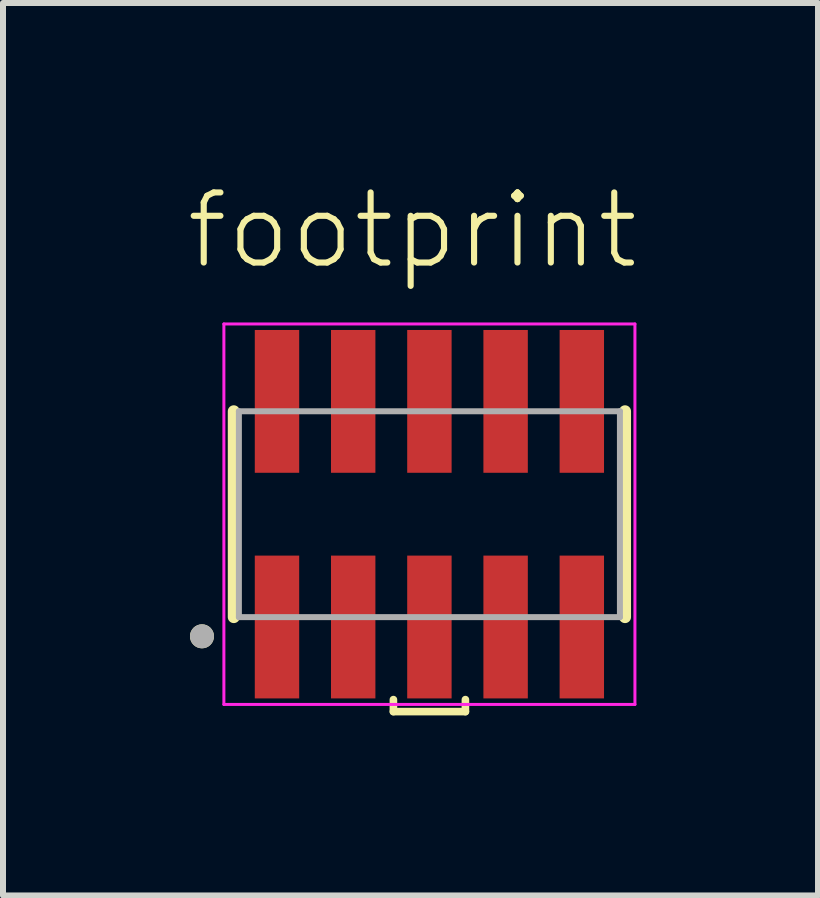
<source format=kicad_pcb>
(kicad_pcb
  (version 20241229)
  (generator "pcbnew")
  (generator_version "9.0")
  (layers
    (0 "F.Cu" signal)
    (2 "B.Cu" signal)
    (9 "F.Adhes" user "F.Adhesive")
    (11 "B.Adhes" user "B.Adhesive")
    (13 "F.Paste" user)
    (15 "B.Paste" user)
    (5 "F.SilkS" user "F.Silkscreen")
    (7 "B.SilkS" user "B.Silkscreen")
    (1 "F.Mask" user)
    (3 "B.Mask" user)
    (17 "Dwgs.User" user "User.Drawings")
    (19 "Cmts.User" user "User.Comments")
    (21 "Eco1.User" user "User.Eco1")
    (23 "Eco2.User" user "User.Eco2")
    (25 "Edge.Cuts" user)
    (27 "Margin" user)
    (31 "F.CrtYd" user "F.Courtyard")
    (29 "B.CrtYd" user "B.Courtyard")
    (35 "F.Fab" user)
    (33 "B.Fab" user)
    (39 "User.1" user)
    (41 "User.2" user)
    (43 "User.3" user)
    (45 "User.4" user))
  (footprint "footprint"
    (layer "F.Cu")
    (at 4.106 5.519)
    (property "Reference" "footprint" (at -4.106 -4.046 0) (layer "F.SilkS") (effects (font (size 1.168 1.168) (thickness 0.102)) (justify left bottom)))
    (fp_line (start -3.26 -1.715) (end -3.26 1.715) (stroke (width 0.2) (type solid)) (layer "F.SilkS"))
    (fp_line (start -0.6 3.09) (end -0.6 3.29) (stroke (width 0.127) (type solid)) (layer "F.SilkS"))
    (fp_line (start -0.6 3.29) (end 0.6 3.29) (stroke (width 0.127) (type solid)) (layer "F.SilkS"))
    (fp_line (start 0.6 3.29) (end 0.6 3.09) (stroke (width 0.127) (type solid)) (layer "F.SilkS"))
    (fp_line (start 3.26 1.715) (end 3.26 -1.715) (stroke (width 0.2) (type solid)) (layer "F.SilkS"))
    (fp_circle (center -3.79 2.035) (end -3.69 2.035) (stroke (width 0.2) (type solid)) (fill no) (layer "F.SilkS"))
    (fp_line (start -3.425 -3.17) (end 3.425 -3.17) (stroke (width 0.05) (type solid)) (layer "F.CrtYd"))
    (fp_line (start -3.425 3.17) (end -3.425 -3.17) (stroke (width 0.05) (type solid)) (layer "F.CrtYd"))
    (fp_line (start 3.425 -3.17) (end 3.425 3.17) (stroke (width 0.05) (type solid)) (layer "F.CrtYd"))
    (fp_line (start 3.425 3.17) (end -3.425 3.17) (stroke (width 0.05) (type solid)) (layer "F.CrtYd"))
    (fp_line (start -3.175 1.715) (end -3.175 -1.715) (stroke (width 0.1) (type solid)) (layer "F.Fab"))
    (fp_line (start -3.175 1.715) (end 3.175 1.715) (stroke (width 0.1) (type solid)) (layer "F.Fab"))
    (fp_line (start 3.175 -1.715) (end -3.175 -1.715) (stroke (width 0.1) (type solid)) (layer "F.Fab"))
    (fp_line (start 3.175 1.715) (end 3.175 -1.715) (stroke (width 0.1) (type solid)) (layer "F.Fab"))
    (fp_circle (center -3.79 2.035) (end -3.69 2.035) (stroke (width 0.2) (type solid)) (fill no) (layer "F.Fab"))
    (pad "1" smd rect (at -2.54 1.88) (size 0.74 2.38) (layers "F.Cu" "F.Mask" "F.Paste"))
    (pad "2" smd rect (at -2.54 -1.88) (size 0.74 2.38) (layers "F.Cu" "F.Mask" "F.Paste"))
    (pad "3" smd rect (at -1.27 1.88) (size 0.74 2.38) (layers "F.Cu" "F.Mask" "F.Paste"))
    (pad "4" smd rect (at -1.27 -1.88) (size 0.74 2.38) (layers "F.Cu" "F.Mask" "F.Paste"))
    (pad "5" smd rect (at 0 1.88) (size 0.74 2.38) (layers "F.Cu" "F.Mask" "F.Paste"))
    (pad "6" smd rect (at 0 -1.88) (size 0.74 2.38) (layers "F.Cu" "F.Mask" "F.Paste"))
    (pad "7" smd rect (at 1.27 1.88) (size 0.74 2.38) (layers "F.Cu" "F.Mask" "F.Paste"))
    (pad "8" smd rect (at 1.27 -1.88) (size 0.74 2.38) (layers "F.Cu" "F.Mask" "F.Paste"))
    (pad "9" smd rect (at 2.54 1.88) (size 0.74 2.38) (layers "F.Cu" "F.Mask" "F.Paste"))
    (pad "10" smd rect (at 2.54 -1.88) (size 0.74 2.38) (layers "F.Cu" "F.Mask" "F.Paste")))
  (gr_rect
    (start -3 -3)
    (end 10.582 11.873)
    (stroke (width 0.1) (type default))
    (fill no)
    (layer "Edge.Cuts")))
</source>
